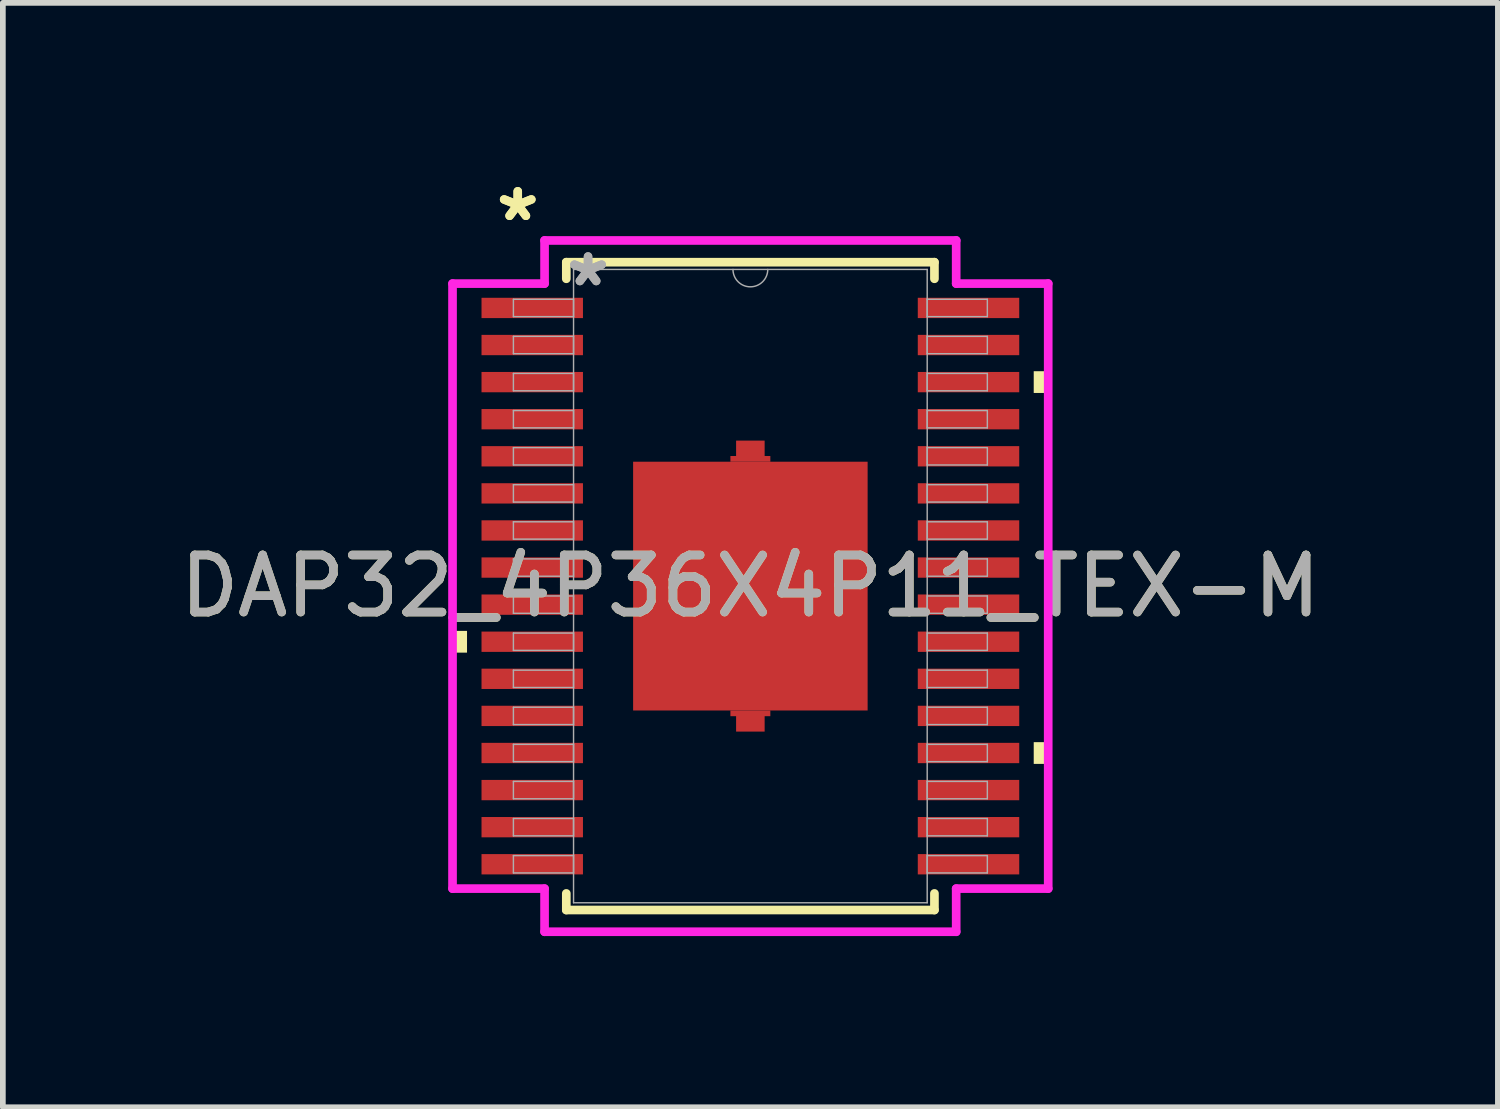
<source format=kicad_pcb>
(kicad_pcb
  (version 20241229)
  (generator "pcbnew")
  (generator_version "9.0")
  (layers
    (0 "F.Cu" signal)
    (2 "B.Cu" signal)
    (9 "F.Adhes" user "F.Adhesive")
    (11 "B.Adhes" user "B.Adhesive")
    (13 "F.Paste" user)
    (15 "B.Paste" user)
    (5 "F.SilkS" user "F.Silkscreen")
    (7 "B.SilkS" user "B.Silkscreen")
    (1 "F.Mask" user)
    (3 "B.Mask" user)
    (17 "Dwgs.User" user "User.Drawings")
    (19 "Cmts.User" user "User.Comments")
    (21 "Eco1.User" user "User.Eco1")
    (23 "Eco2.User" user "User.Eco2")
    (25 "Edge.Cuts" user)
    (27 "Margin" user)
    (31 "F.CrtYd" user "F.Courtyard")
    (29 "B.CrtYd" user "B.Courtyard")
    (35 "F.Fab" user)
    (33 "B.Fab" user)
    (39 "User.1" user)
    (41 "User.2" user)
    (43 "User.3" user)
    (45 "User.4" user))
  (footprint "DAP32_4P36X4P11_TEX-M"
    (layer "F.Cu")
    (at 10.101 7.222)
    (property "Reference" "DAP32_4P36X4P11_TEX-M" (at 0 0 0) (unlocked yes) (layer "F.SilkS") (effects (font (size 1 1) (thickness 0.15))))
    (attr smd)
    (fp_poly (pts (xy -0.35 -2.18) (xy -0.35 -2.28) (xy -0.25 -2.28) (xy -0.25 -2.55) (xy 0.25 -2.55) (xy 0.25 -2.28) (xy 0.35 -2.28) (xy 0.35 -2.18)) (stroke (width 0) (type solid)) (fill yes) (layer "F.Cu"))
    (fp_poly (pts (xy -0.35 2.18) (xy -0.35 2.28) (xy -0.25 2.28) (xy -0.25 2.55) (xy 0.25 2.55) (xy 0.25 2.28) (xy 0.35 2.28) (xy 0.35 2.18)) (stroke (width 0) (type solid)) (fill yes) (layer "F.Cu"))
    (fp_poly (pts (xy -0.35 -2.18) (xy -0.35 -2.28) (xy -0.25 -2.28) (xy -0.25 -2.55) (xy 0.25 -2.55) (xy 0.25 -2.28) (xy 0.35 -2.28) (xy 0.35 -2.18)) (stroke (width 0) (type solid)) (fill yes) (layer "F.Mask"))
    (fp_poly (pts (xy -0.35 2.18) (xy -0.35 2.28) (xy -0.25 2.28) (xy -0.25 2.55) (xy 0.25 2.55) (xy 0.25 2.28) (xy 0.35 2.28) (xy 0.35 2.18)) (stroke (width 0) (type solid)) (fill yes) (layer "F.Mask"))
    (fp_line (start -3.226 -5.677) (end -3.226 -5.386) (stroke (width 0.152) (type solid)) (layer "F.SilkS"))
    (fp_line (start -3.226 5.386) (end -3.226 5.677) (stroke (width 0.152) (type solid)) (layer "F.SilkS"))
    (fp_line (start -3.226 5.677) (end 3.226 5.677) (stroke (width 0.152) (type solid)) (layer "F.SilkS"))
    (fp_line (start 3.226 -5.677) (end -3.226 -5.677) (stroke (width 0.152) (type solid)) (layer "F.SilkS"))
    (fp_line (start 3.226 -5.386) (end 3.226 -5.677) (stroke (width 0.152) (type solid)) (layer "F.SilkS"))
    (fp_line (start 3.226 5.677) (end 3.226 5.386) (stroke (width 0.152) (type solid)) (layer "F.SilkS"))
    (fp_poly (pts (xy -5.22 0.785) (xy -5.22 1.166) (xy -4.966 1.166) (xy -4.966 0.785)) (stroke (width 0) (type solid)) (fill yes) (layer "F.SilkS"))
    (fp_poly (pts (xy 5.22 -3.766) (xy 5.22 -3.385) (xy 4.966 -3.385) (xy 4.966 -3.766)) (stroke (width 0) (type solid)) (fill yes) (layer "F.SilkS"))
    (fp_poly (pts (xy 5.22 2.735) (xy 5.22 3.116) (xy 4.966 3.116) (xy 4.966 2.735)) (stroke (width 0) (type solid)) (fill yes) (layer "F.SilkS"))
    (fp_poly (pts (xy -1.955 -2.08) (xy -1.955 -0.827) (xy -0.785 -0.827) (xy -0.785 -2.08)) (stroke (width 0) (type solid)) (fill yes) (layer "F.Paste"))
    (fp_poly (pts (xy -1.955 -0.627) (xy -1.955 0.627) (xy -0.785 0.627) (xy -0.785 -0.627)) (stroke (width 0) (type solid)) (fill yes) (layer "F.Paste"))
    (fp_poly (pts (xy -1.955 0.827) (xy -1.955 2.08) (xy -0.785 2.08) (xy -0.785 0.827)) (stroke (width 0) (type solid)) (fill yes) (layer "F.Paste"))
    (fp_poly (pts (xy -0.585 -2.08) (xy -0.585 -0.827) (xy 0.585 -0.827) (xy 0.585 -2.08)) (stroke (width 0) (type solid)) (fill yes) (layer "F.Paste"))
    (fp_poly (pts (xy -0.585 -0.627) (xy -0.585 0.627) (xy 0.585 0.627) (xy 0.585 -0.627)) (stroke (width 0) (type solid)) (fill yes) (layer "F.Paste"))
    (fp_poly (pts (xy -0.585 0.827) (xy -0.585 2.08) (xy 0.585 2.08) (xy 0.585 0.827)) (stroke (width 0) (type solid)) (fill yes) (layer "F.Paste"))
    (fp_poly (pts (xy 0.785 -2.08) (xy 0.785 -0.827) (xy 1.955 -0.827) (xy 1.955 -2.08)) (stroke (width 0) (type solid)) (fill yes) (layer "F.Paste"))
    (fp_poly (pts (xy 0.785 -0.627) (xy 0.785 0.627) (xy 1.955 0.627) (xy 1.955 -0.627)) (stroke (width 0) (type solid)) (fill yes) (layer "F.Paste"))
    (fp_poly (pts (xy 0.785 0.827) (xy 0.785 2.08) (xy 1.955 2.08) (xy 1.955 0.827)) (stroke (width 0) (type solid)) (fill yes) (layer "F.Paste"))
    (fp_line (start -5.22 -5.302) (end -3.607 -5.302) (stroke (width 0.152) (type solid)) (layer "F.CrtYd"))
    (fp_line (start -5.22 5.302) (end -5.22 -5.302) (stroke (width 0.152) (type solid)) (layer "F.CrtYd"))
    (fp_line (start -5.22 5.302) (end -3.607 5.302) (stroke (width 0.152) (type solid)) (layer "F.CrtYd"))
    (fp_line (start -3.607 -6.058) (end 3.607 -6.058) (stroke (width 0.152) (type solid)) (layer "F.CrtYd"))
    (fp_line (start -3.607 -5.302) (end -3.607 -6.058) (stroke (width 0.152) (type solid)) (layer "F.CrtYd"))
    (fp_line (start -3.607 6.058) (end -3.607 5.302) (stroke (width 0.152) (type solid)) (layer "F.CrtYd"))
    (fp_line (start 3.607 -6.058) (end 3.607 -5.302) (stroke (width 0.152) (type solid)) (layer "F.CrtYd"))
    (fp_line (start 3.607 5.302) (end 3.607 6.058) (stroke (width 0.152) (type solid)) (layer "F.CrtYd"))
    (fp_line (start 3.607 6.058) (end -3.607 6.058) (stroke (width 0.152) (type solid)) (layer "F.CrtYd"))
    (fp_line (start 5.22 -5.302) (end 3.607 -5.302) (stroke (width 0.152) (type solid)) (layer "F.CrtYd"))
    (fp_line (start 5.22 -5.302) (end 5.22 5.302) (stroke (width 0.152) (type solid)) (layer "F.CrtYd"))
    (fp_line (start 5.22 5.302) (end 3.607 5.302) (stroke (width 0.152) (type solid)) (layer "F.CrtYd"))
    (fp_line (start -4.153 -5.027) (end -4.153 -4.723) (stroke (width 0.025) (type solid)) (layer "F.Fab"))
    (fp_line (start -4.153 -4.723) (end -3.099 -4.723) (stroke (width 0.025) (type solid)) (layer "F.Fab"))
    (fp_line (start -4.153 -4.377) (end -4.153 -4.073) (stroke (width 0.025) (type solid)) (layer "F.Fab"))
    (fp_line (start -4.153 -4.073) (end -3.099 -4.073) (stroke (width 0.025) (type solid)) (layer "F.Fab"))
    (fp_line (start -4.153 -3.727) (end -4.153 -3.423) (stroke (width 0.025) (type solid)) (layer "F.Fab"))
    (fp_line (start -4.153 -3.423) (end -3.099 -3.423) (stroke (width 0.025) (type solid)) (layer "F.Fab"))
    (fp_line (start -4.153 -3.077) (end -4.153 -2.773) (stroke (width 0.025) (type solid)) (layer "F.Fab"))
    (fp_line (start -4.153 -2.773) (end -3.099 -2.773) (stroke (width 0.025) (type solid)) (layer "F.Fab"))
    (fp_line (start -4.153 -2.427) (end -4.153 -2.123) (stroke (width 0.025) (type solid)) (layer "F.Fab"))
    (fp_line (start -4.153 -2.123) (end -3.099 -2.123) (stroke (width 0.025) (type solid)) (layer "F.Fab"))
    (fp_line (start -4.153 -1.777) (end -4.153 -1.473) (stroke (width 0.025) (type solid)) (layer "F.Fab"))
    (fp_line (start -4.153 -1.473) (end -3.099 -1.473) (stroke (width 0.025) (type solid)) (layer "F.Fab"))
    (fp_line (start -4.153 -1.127) (end -4.153 -0.823) (stroke (width 0.025) (type solid)) (layer "F.Fab"))
    (fp_line (start -4.153 -0.823) (end -3.099 -0.823) (stroke (width 0.025) (type solid)) (layer "F.Fab"))
    (fp_line (start -4.153 -0.477) (end -4.153 -0.173) (stroke (width 0.025) (type solid)) (layer "F.Fab"))
    (fp_line (start -4.153 -0.173) (end -3.099 -0.173) (stroke (width 0.025) (type solid)) (layer "F.Fab"))
    (fp_line (start -4.153 0.173) (end -4.153 0.477) (stroke (width 0.025) (type solid)) (layer "F.Fab"))
    (fp_line (start -4.153 0.477) (end -3.099 0.477) (stroke (width 0.025) (type solid)) (layer "F.Fab"))
    (fp_line (start -4.153 0.823) (end -4.153 1.127) (stroke (width 0.025) (type solid)) (layer "F.Fab"))
    (fp_line (start -4.153 1.127) (end -3.099 1.127) (stroke (width 0.025) (type solid)) (layer "F.Fab"))
    (fp_line (start -4.153 1.473) (end -4.153 1.777) (stroke (width 0.025) (type solid)) (layer "F.Fab"))
    (fp_line (start -4.153 1.777) (end -3.099 1.777) (stroke (width 0.025) (type solid)) (layer "F.Fab"))
    (fp_line (start -4.153 2.123) (end -4.153 2.427) (stroke (width 0.025) (type solid)) (layer "F.Fab"))
    (fp_line (start -4.153 2.427) (end -3.099 2.427) (stroke (width 0.025) (type solid)) (layer "F.Fab"))
    (fp_line (start -4.153 2.773) (end -4.153 3.077) (stroke (width 0.025) (type solid)) (layer "F.Fab"))
    (fp_line (start -4.153 3.077) (end -3.099 3.077) (stroke (width 0.025) (type solid)) (layer "F.Fab"))
    (fp_line (start -4.153 3.423) (end -4.153 3.727) (stroke (width 0.025) (type solid)) (layer "F.Fab"))
    (fp_line (start -4.153 3.727) (end -3.099 3.727) (stroke (width 0.025) (type solid)) (layer "F.Fab"))
    (fp_line (start -4.153 4.073) (end -4.153 4.377) (stroke (width 0.025) (type solid)) (layer "F.Fab"))
    (fp_line (start -4.153 4.377) (end -3.099 4.377) (stroke (width 0.025) (type solid)) (layer "F.Fab"))
    (fp_line (start -4.153 4.723) (end -4.153 5.027) (stroke (width 0.025) (type solid)) (layer "F.Fab"))
    (fp_line (start -4.153 5.027) (end -3.099 5.027) (stroke (width 0.025) (type solid)) (layer "F.Fab"))
    (fp_line (start -3.099 -5.55) (end -3.099 5.55) (stroke (width 0.025) (type solid)) (layer "F.Fab"))
    (fp_line (start -3.099 -5.027) (end -4.153 -5.027) (stroke (width 0.025) (type solid)) (layer "F.Fab"))
    (fp_line (start -3.099 -4.723) (end -3.099 -5.027) (stroke (width 0.025) (type solid)) (layer "F.Fab"))
    (fp_line (start -3.099 -4.377) (end -4.153 -4.377) (stroke (width 0.025) (type solid)) (layer "F.Fab"))
    (fp_line (start -3.099 -4.073) (end -3.099 -4.377) (stroke (width 0.025) (type solid)) (layer "F.Fab"))
    (fp_line (start -3.099 -3.727) (end -4.153 -3.727) (stroke (width 0.025) (type solid)) (layer "F.Fab"))
    (fp_line (start -3.099 -3.423) (end -3.099 -3.727) (stroke (width 0.025) (type solid)) (layer "F.Fab"))
    (fp_line (start -3.099 -3.077) (end -4.153 -3.077) (stroke (width 0.025) (type solid)) (layer "F.Fab"))
    (fp_line (start -3.099 -2.773) (end -3.099 -3.077) (stroke (width 0.025) (type solid)) (layer "F.Fab"))
    (fp_line (start -3.099 -2.427) (end -4.153 -2.427) (stroke (width 0.025) (type solid)) (layer "F.Fab"))
    (fp_line (start -3.099 -2.123) (end -3.099 -2.427) (stroke (width 0.025) (type solid)) (layer "F.Fab"))
    (fp_line (start -3.099 -1.777) (end -4.153 -1.777) (stroke (width 0.025) (type solid)) (layer "F.Fab"))
    (fp_line (start -3.099 -1.473) (end -3.099 -1.777) (stroke (width 0.025) (type solid)) (layer "F.Fab"))
    (fp_line (start -3.099 -1.127) (end -4.153 -1.127) (stroke (width 0.025) (type solid)) (layer "F.Fab"))
    (fp_line (start -3.099 -0.823) (end -3.099 -1.127) (stroke (width 0.025) (type solid)) (layer "F.Fab"))
    (fp_line (start -3.099 -0.477) (end -4.153 -0.477) (stroke (width 0.025) (type solid)) (layer "F.Fab"))
    (fp_line (start -3.099 -0.173) (end -3.099 -0.477) (stroke (width 0.025) (type solid)) (layer "F.Fab"))
    (fp_line (start -3.099 0.173) (end -4.153 0.173) (stroke (width 0.025) (type solid)) (layer "F.Fab"))
    (fp_line (start -3.099 0.477) (end -3.099 0.173) (stroke (width 0.025) (type solid)) (layer "F.Fab"))
    (fp_line (start -3.099 0.823) (end -4.153 0.823) (stroke (width 0.025) (type solid)) (layer "F.Fab"))
    (fp_line (start -3.099 1.127) (end -3.099 0.823) (stroke (width 0.025) (type solid)) (layer "F.Fab"))
    (fp_line (start -3.099 1.473) (end -4.153 1.473) (stroke (width 0.025) (type solid)) (layer "F.Fab"))
    (fp_line (start -3.099 1.777) (end -3.099 1.473) (stroke (width 0.025) (type solid)) (layer "F.Fab"))
    (fp_line (start -3.099 2.123) (end -4.153 2.123) (stroke (width 0.025) (type solid)) (layer "F.Fab"))
    (fp_line (start -3.099 2.427) (end -3.099 2.123) (stroke (width 0.025) (type solid)) (layer "F.Fab"))
    (fp_line (start -3.099 2.773) (end -4.153 2.773) (stroke (width 0.025) (type solid)) (layer "F.Fab"))
    (fp_line (start -3.099 3.077) (end -3.099 2.773) (stroke (width 0.025) (type solid)) (layer "F.Fab"))
    (fp_line (start -3.099 3.423) (end -4.153 3.423) (stroke (width 0.025) (type solid)) (layer "F.Fab"))
    (fp_line (start -3.099 3.727) (end -3.099 3.423) (stroke (width 0.025) (type solid)) (layer "F.Fab"))
    (fp_line (start -3.099 4.073) (end -4.153 4.073) (stroke (width 0.025) (type solid)) (layer "F.Fab"))
    (fp_line (start -3.099 4.377) (end -3.099 4.073) (stroke (width 0.025) (type solid)) (layer "F.Fab"))
    (fp_line (start -3.099 4.723) (end -4.153 4.723) (stroke (width 0.025) (type solid)) (layer "F.Fab"))
    (fp_line (start -3.099 5.027) (end -3.099 4.723) (stroke (width 0.025) (type solid)) (layer "F.Fab"))
    (fp_line (start -3.099 5.55) (end 3.099 5.55) (stroke (width 0.025) (type solid)) (layer "F.Fab"))
    (fp_line (start 3.099 -5.55) (end -3.099 -5.55) (stroke (width 0.025) (type solid)) (layer "F.Fab"))
    (fp_line (start 3.099 -5.027) (end 3.099 -4.723) (stroke (width 0.025) (type solid)) (layer "F.Fab"))
    (fp_line (start 3.099 -4.723) (end 4.153 -4.723) (stroke (width 0.025) (type solid)) (layer "F.Fab"))
    (fp_line (start 3.099 -4.377) (end 3.099 -4.073) (stroke (width 0.025) (type solid)) (layer "F.Fab"))
    (fp_line (start 3.099 -4.073) (end 4.153 -4.073) (stroke (width 0.025) (type solid)) (layer "F.Fab"))
    (fp_line (start 3.099 -3.727) (end 3.099 -3.423) (stroke (width 0.025) (type solid)) (layer "F.Fab"))
    (fp_line (start 3.099 -3.423) (end 4.153 -3.423) (stroke (width 0.025) (type solid)) (layer "F.Fab"))
    (fp_line (start 3.099 -3.077) (end 3.099 -2.773) (stroke (width 0.025) (type solid)) (layer "F.Fab"))
    (fp_line (start 3.099 -2.773) (end 4.153 -2.773) (stroke (width 0.025) (type solid)) (layer "F.Fab"))
    (fp_line (start 3.099 -2.427) (end 3.099 -2.123) (stroke (width 0.025) (type solid)) (layer "F.Fab"))
    (fp_line (start 3.099 -2.123) (end 4.153 -2.123) (stroke (width 0.025) (type solid)) (layer "F.Fab"))
    (fp_line (start 3.099 -1.777) (end 3.099 -1.473) (stroke (width 0.025) (type solid)) (layer "F.Fab"))
    (fp_line (start 3.099 -1.473) (end 4.153 -1.473) (stroke (width 0.025) (type solid)) (layer "F.Fab"))
    (fp_line (start 3.099 -1.127) (end 3.099 -0.823) (stroke (width 0.025) (type solid)) (layer "F.Fab"))
    (fp_line (start 3.099 -0.823) (end 4.153 -0.823) (stroke (width 0.025) (type solid)) (layer "F.Fab"))
    (fp_line (start 3.099 -0.477) (end 3.099 -0.173) (stroke (width 0.025) (type solid)) (layer "F.Fab"))
    (fp_line (start 3.099 -0.173) (end 4.153 -0.173) (stroke (width 0.025) (type solid)) (layer "F.Fab"))
    (fp_line (start 3.099 0.173) (end 3.099 0.477) (stroke (width 0.025) (type solid)) (layer "F.Fab"))
    (fp_line (start 3.099 0.477) (end 4.153 0.477) (stroke (width 0.025) (type solid)) (layer "F.Fab"))
    (fp_line (start 3.099 0.823) (end 3.099 1.127) (stroke (width 0.025) (type solid)) (layer "F.Fab"))
    (fp_line (start 3.099 1.127) (end 4.153 1.127) (stroke (width 0.025) (type solid)) (layer "F.Fab"))
    (fp_line (start 3.099 1.473) (end 3.099 1.777) (stroke (width 0.025) (type solid)) (layer "F.Fab"))
    (fp_line (start 3.099 1.777) (end 4.153 1.777) (stroke (width 0.025) (type solid)) (layer "F.Fab"))
    (fp_line (start 3.099 2.123) (end 3.099 2.427) (stroke (width 0.025) (type solid)) (layer "F.Fab"))
    (fp_line (start 3.099 2.427) (end 4.153 2.427) (stroke (width 0.025) (type solid)) (layer "F.Fab"))
    (fp_line (start 3.099 2.773) (end 3.099 3.077) (stroke (width 0.025) (type solid)) (layer "F.Fab"))
    (fp_line (start 3.099 3.077) (end 4.153 3.077) (stroke (width 0.025) (type solid)) (layer "F.Fab"))
    (fp_line (start 3.099 3.423) (end 3.099 3.727) (stroke (width 0.025) (type solid)) (layer "F.Fab"))
    (fp_line (start 3.099 3.727) (end 4.153 3.727) (stroke (width 0.025) (type solid)) (layer "F.Fab"))
    (fp_line (start 3.099 4.073) (end 3.099 4.377) (stroke (width 0.025) (type solid)) (layer "F.Fab"))
    (fp_line (start 3.099 4.377) (end 4.153 4.377) (stroke (width 0.025) (type solid)) (layer "F.Fab"))
    (fp_line (start 3.099 4.723) (end 3.099 5.027) (stroke (width 0.025) (type solid)) (layer "F.Fab"))
    (fp_line (start 3.099 5.027) (end 4.153 5.027) (stroke (width 0.025) (type solid)) (layer "F.Fab"))
    (fp_line (start 3.099 5.55) (end 3.099 -5.55) (stroke (width 0.025) (type solid)) (layer "F.Fab"))
    (fp_line (start 4.153 -5.027) (end 3.099 -5.027) (stroke (width 0.025) (type solid)) (layer "F.Fab"))
    (fp_line (start 4.153 -4.723) (end 4.153 -5.027) (stroke (width 0.025) (type solid)) (layer "F.Fab"))
    (fp_line (start 4.153 -4.377) (end 3.099 -4.377) (stroke (width 0.025) (type solid)) (layer "F.Fab"))
    (fp_line (start 4.153 -4.073) (end 4.153 -4.377) (stroke (width 0.025) (type solid)) (layer "F.Fab"))
    (fp_line (start 4.153 -3.727) (end 3.099 -3.727) (stroke (width 0.025) (type solid)) (layer "F.Fab"))
    (fp_line (start 4.153 -3.423) (end 4.153 -3.727) (stroke (width 0.025) (type solid)) (layer "F.Fab"))
    (fp_line (start 4.153 -3.077) (end 3.099 -3.077) (stroke (width 0.025) (type solid)) (layer "F.Fab"))
    (fp_line (start 4.153 -2.773) (end 4.153 -3.077) (stroke (width 0.025) (type solid)) (layer "F.Fab"))
    (fp_line (start 4.153 -2.427) (end 3.099 -2.427) (stroke (width 0.025) (type solid)) (layer "F.Fab"))
    (fp_line (start 4.153 -2.123) (end 4.153 -2.427) (stroke (width 0.025) (type solid)) (layer "F.Fab"))
    (fp_line (start 4.153 -1.777) (end 3.099 -1.777) (stroke (width 0.025) (type solid)) (layer "F.Fab"))
    (fp_line (start 4.153 -1.473) (end 4.153 -1.777) (stroke (width 0.025) (type solid)) (layer "F.Fab"))
    (fp_line (start 4.153 -1.127) (end 3.099 -1.127) (stroke (width 0.025) (type solid)) (layer "F.Fab"))
    (fp_line (start 4.153 -0.823) (end 4.153 -1.127) (stroke (width 0.025) (type solid)) (layer "F.Fab"))
    (fp_line (start 4.153 -0.477) (end 3.099 -0.477) (stroke (width 0.025) (type solid)) (layer "F.Fab"))
    (fp_line (start 4.153 -0.173) (end 4.153 -0.477) (stroke (width 0.025) (type solid)) (layer "F.Fab"))
    (fp_line (start 4.153 0.173) (end 3.099 0.173) (stroke (width 0.025) (type solid)) (layer "F.Fab"))
    (fp_line (start 4.153 0.477) (end 4.153 0.173) (stroke (width 0.025) (type solid)) (layer "F.Fab"))
    (fp_line (start 4.153 0.823) (end 3.099 0.823) (stroke (width 0.025) (type solid)) (layer "F.Fab"))
    (fp_line (start 4.153 1.127) (end 4.153 0.823) (stroke (width 0.025) (type solid)) (layer "F.Fab"))
    (fp_line (start 4.153 1.473) (end 3.099 1.473) (stroke (width 0.025) (type solid)) (layer "F.Fab"))
    (fp_line (start 4.153 1.777) (end 4.153 1.473) (stroke (width 0.025) (type solid)) (layer "F.Fab"))
    (fp_line (start 4.153 2.123) (end 3.099 2.123) (stroke (width 0.025) (type solid)) (layer "F.Fab"))
    (fp_line (start 4.153 2.427) (end 4.153 2.123) (stroke (width 0.025) (type solid)) (layer "F.Fab"))
    (fp_line (start 4.153 2.773) (end 3.099 2.773) (stroke (width 0.025) (type solid)) (layer "F.Fab"))
    (fp_line (start 4.153 3.077) (end 4.153 2.773) (stroke (width 0.025) (type solid)) (layer "F.Fab"))
    (fp_line (start 4.153 3.423) (end 3.099 3.423) (stroke (width 0.025) (type solid)) (layer "F.Fab"))
    (fp_line (start 4.153 3.727) (end 4.153 3.423) (stroke (width 0.025) (type solid)) (layer "F.Fab"))
    (fp_line (start 4.153 4.073) (end 3.099 4.073) (stroke (width 0.025) (type solid)) (layer "F.Fab"))
    (fp_line (start 4.153 4.377) (end 4.153 4.073) (stroke (width 0.025) (type solid)) (layer "F.Fab"))
    (fp_line (start 4.153 4.723) (end 3.099 4.723) (stroke (width 0.025) (type solid)) (layer "F.Fab"))
    (fp_line (start 4.153 5.027) (end 4.153 4.723) (stroke (width 0.025) (type solid)) (layer "F.Fab"))
    (fp_arc (start 0.3048 -5.5499) (mid 0 -5.2451) (end -0.3048 -5.5499) (stroke (width 0.0254) (type solid)) (layer "F.Fab"))
    (fp_text user "*" (at -4.077 -6.374 0) (layer "F.SilkS") (effects (font (size 1 1) (thickness 0.15))))
    (fp_text user "*" (at -4.077 -6.374 0) (unlocked yes) (layer "F.SilkS") (effects (font (size 1 1) (thickness 0.15))))
    (fp_text user "*" (at -2.845 -5.231 0) (unlocked yes) (layer "F.Fab") (effects (font (size 1 1) (thickness 0.15))))
    (fp_text user "${REFERENCE}" (at 0 0 0) (unlocked yes) (layer "F.Fab") (effects (font (size 1 1) (thickness 0.15))))
    (fp_text user "*" (at -2.845 -5.231 0) (layer "F.Fab") (effects (font (size 1 1) (thickness 0.15))))
    (pad "1" smd rect (at -3.823 -4.875) (size 1.778 0.356) (layers "F.Cu" "F.Mask" "F.Paste"))
    (pad "2" smd rect (at -3.823 -4.225) (size 1.778 0.356) (layers "F.Cu" "F.Mask" "F.Paste"))
    (pad "3" smd rect (at -3.823 -3.575) (size 1.778 0.356) (layers "F.Cu" "F.Mask" "F.Paste"))
    (pad "4" smd rect (at -3.823 -2.925) (size 1.778 0.356) (layers "F.Cu" "F.Mask" "F.Paste"))
    (pad "5" smd rect (at -3.823 -2.275) (size 1.778 0.356) (layers "F.Cu" "F.Mask" "F.Paste"))
    (pad "6" smd rect (at -3.823 -1.625) (size 1.778 0.356) (layers "F.Cu" "F.Mask" "F.Paste"))
    (pad "7" smd rect (at -3.823 -0.975) (size 1.778 0.356) (layers "F.Cu" "F.Mask" "F.Paste"))
    (pad "8" smd rect (at -3.823 -0.325) (size 1.778 0.356) (layers "F.Cu" "F.Mask" "F.Paste"))
    (pad "9" smd rect (at -3.823 0.325) (size 1.778 0.356) (layers "F.Cu" "F.Mask" "F.Paste"))
    (pad "10" smd rect (at -3.823 0.975) (size 1.778 0.356) (layers "F.Cu" "F.Mask" "F.Paste"))
    (pad "11" smd rect (at -3.823 1.625) (size 1.778 0.356) (layers "F.Cu" "F.Mask" "F.Paste"))
    (pad "12" smd rect (at -3.823 2.275) (size 1.778 0.356) (layers "F.Cu" "F.Mask" "F.Paste"))
    (pad "13" smd rect (at -3.823 2.925) (size 1.778 0.356) (layers "F.Cu" "F.Mask" "F.Paste"))
    (pad "14" smd rect (at -3.823 3.575) (size 1.778 0.356) (layers "F.Cu" "F.Mask" "F.Paste"))
    (pad "15" smd rect (at -3.823 4.225) (size 1.778 0.356) (layers "F.Cu" "F.Mask" "F.Paste"))
    (pad "16" smd rect (at -3.823 4.875) (size 1.778 0.356) (layers "F.Cu" "F.Mask" "F.Paste"))
    (pad "17" smd rect (at 3.823 4.875) (size 1.778 0.356) (layers "F.Cu" "F.Mask" "F.Paste"))
    (pad "18" smd rect (at 3.823 4.225) (size 1.778 0.356) (layers "F.Cu" "F.Mask" "F.Paste"))
    (pad "19" smd rect (at 3.823 3.575) (size 1.778 0.356) (layers "F.Cu" "F.Mask" "F.Paste"))
    (pad "20" smd rect (at 3.823 2.925) (size 1.778 0.356) (layers "F.Cu" "F.Mask" "F.Paste"))
    (pad "21" smd rect (at 3.823 2.275) (size 1.778 0.356) (layers "F.Cu" "F.Mask" "F.Paste"))
    (pad "22" smd rect (at 3.823 1.625) (size 1.778 0.356) (layers "F.Cu" "F.Mask" "F.Paste"))
    (pad "23" smd rect (at 3.823 0.975) (size 1.778 0.356) (layers "F.Cu" "F.Mask" "F.Paste"))
    (pad "24" smd rect (at 3.823 0.325) (size 1.778 0.356) (layers "F.Cu" "F.Mask" "F.Paste"))
    (pad "25" smd rect (at 3.823 -0.325) (size 1.778 0.356) (layers "F.Cu" "F.Mask" "F.Paste"))
    (pad "26" smd rect (at 3.823 -0.975) (size 1.778 0.356) (layers "F.Cu" "F.Mask" "F.Paste"))
    (pad "27" smd rect (at 3.823 -1.625) (size 1.778 0.356) (layers "F.Cu" "F.Mask" "F.Paste"))
    (pad "28" smd rect (at 3.823 -2.275) (size 1.778 0.356) (layers "F.Cu" "F.Mask" "F.Paste"))
    (pad "29" smd rect (at 3.823 -2.925) (size 1.778 0.356) (layers "F.Cu" "F.Mask" "F.Paste"))
    (pad "30" smd rect (at 3.823 -3.575) (size 1.778 0.356) (layers "F.Cu" "F.Mask" "F.Paste"))
    (pad "31" smd rect (at 3.823 -4.225) (size 1.778 0.356) (layers "F.Cu" "F.Mask" "F.Paste"))
    (pad "32" smd rect (at 3.823 -4.875) (size 1.778 0.356) (layers "F.Cu" "F.Mask" "F.Paste"))
    (pad "33" smd rect (at 0 0) (size 4.11 4.36) (layers "F.Cu" "F.Mask" "F.Paste")))
  (gr_rect
    (start -3 -3)
    (end 23.202 16.356)
    (stroke (width 0.1) (type default))
    (fill no)
    (layer "Edge.Cuts")))
</source>
